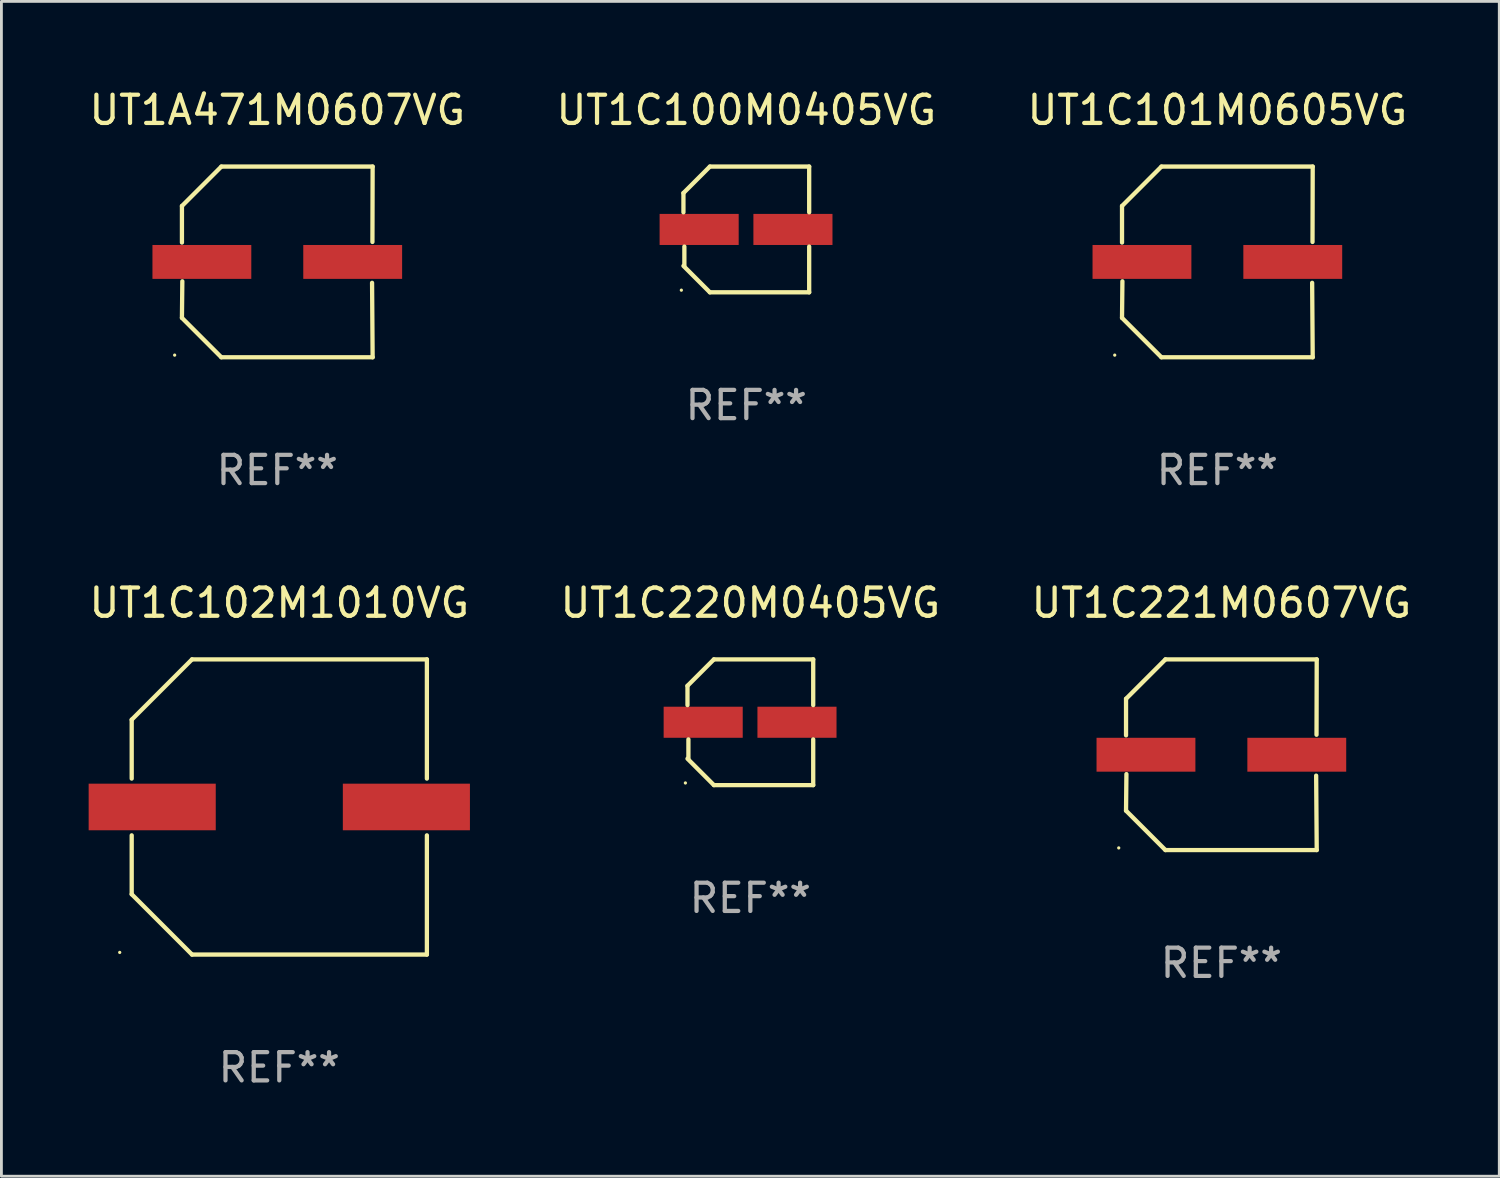
<source format=kicad_pcb>
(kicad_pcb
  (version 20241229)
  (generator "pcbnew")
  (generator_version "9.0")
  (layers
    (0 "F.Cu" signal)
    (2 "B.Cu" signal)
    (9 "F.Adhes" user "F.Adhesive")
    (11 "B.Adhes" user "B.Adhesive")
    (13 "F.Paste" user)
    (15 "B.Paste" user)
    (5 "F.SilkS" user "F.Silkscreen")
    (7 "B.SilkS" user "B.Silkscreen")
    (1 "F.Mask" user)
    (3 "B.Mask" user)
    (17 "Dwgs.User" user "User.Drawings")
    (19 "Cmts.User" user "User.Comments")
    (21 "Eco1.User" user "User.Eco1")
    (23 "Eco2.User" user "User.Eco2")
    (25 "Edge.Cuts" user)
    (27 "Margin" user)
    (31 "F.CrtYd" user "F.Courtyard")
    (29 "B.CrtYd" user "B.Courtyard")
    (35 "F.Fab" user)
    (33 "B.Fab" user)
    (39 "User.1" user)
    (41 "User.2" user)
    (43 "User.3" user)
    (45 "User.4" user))
  (footprint "UT1C100M0405VG"
    (layer "F.Cu")
    (at 23.375 5.074)
    (property "Reference" "UT1C100M0405VG" (at 0 -4.226 0) (layer "F.SilkS") (effects (font (size 1 1) (thickness 0.15))))
    (attr through_hole)
    (fp_line (start -2.226 -1.29) (end -2.226 -0.607) (stroke (width 0.152) (type solid)) (layer "F.SilkS"))
    (fp_line (start -2.193 1.29) (end -2.193 0.607) (stroke (width 0.152) (type solid)) (layer "F.SilkS"))
    (fp_line (start -1.29 2.226) (end -2.226 1.29) (stroke (width 0.152) (type solid)) (layer "F.SilkS"))
    (fp_line (start -1.29 -2.226) (end -2.226 -1.29) (stroke (width 0.152) (type solid)) (layer "F.SilkS"))
    (fp_line (start 2.226 -2.226) (end -1.29 -2.226) (stroke (width 0.152) (type solid)) (layer "F.SilkS"))
    (fp_line (start 2.226 -0.607) (end 2.226 -2.226) (stroke (width 0.152) (type solid)) (layer "F.SilkS"))
    (fp_line (start 2.226 0.607) (end 2.226 2.226) (stroke (width 0.152) (type solid)) (layer "F.SilkS"))
    (fp_line (start 2.226 2.226) (end -1.29 2.226) (stroke (width 0.152) (type solid)) (layer "F.SilkS"))
    (fp_circle (center -2.3 2.15) (end -2.27 2.15) (stroke (width 0.06) (type solid)) (fill no) (layer "F.SilkS"))
    (fp_text user "REF**" (at 0 6.226 0) (layer "F.Fab") (effects (font (size 1 1) (thickness 0.15))))
    (pad "1" smd rect (at -1.67 -0.000025) (size 2.8 1.1) (layers "F.Cu" "F.Mask" "F.Paste"))
    (pad "2" smd rect (at 1.651 -0.000025) (size 2.8 1.1) (layers "F.Cu" "F.Mask" "F.Paste")))
  (footprint "UT1C221M0607VG"
    (layer "F.Cu")
    (at 40.196 23.673)
    (property "Reference" "UT1C221M0607VG" (at 0 -5.376 0) (layer "F.SilkS") (effects (font (size 1 1) (thickness 0.15))))
    (attr through_hole)
    (fp_line (start -3.376 -1.98) (end -3.376 -0.686) (stroke (width 0.152) (type solid)) (layer "F.SilkS"))
    (fp_line (start -3.376 1.981) (end -3.362 0.686) (stroke (width 0.152) (type solid)) (layer "F.SilkS"))
    (fp_line (start -1.981 3.376) (end -3.376 1.981) (stroke (width 0.152) (type solid)) (layer "F.SilkS"))
    (fp_line (start -1.98 -3.376) (end -3.376 -1.98) (stroke (width 0.152) (type solid)) (layer "F.SilkS"))
    (fp_line (start 3.356 0.74) (end 3.376 3.376) (stroke (width 0.152) (type solid)) (layer "F.SilkS"))
    (fp_line (start 3.369 -0.707) (end 3.376 -3.376) (stroke (width 0.152) (type solid)) (layer "F.SilkS"))
    (fp_line (start 3.376 3.376) (end -1.981 3.376) (stroke (width 0.152) (type solid)) (layer "F.SilkS"))
    (fp_line (start 3.376 -3.376) (end -1.98 -3.376) (stroke (width 0.152) (type solid)) (layer "F.SilkS"))
    (fp_circle (center -3.634 3.3) (end -3.604 3.3) (stroke (width 0.06) (type solid)) (fill no) (layer "F.SilkS"))
    (fp_text user "REF**" (at 0 7.376 0) (layer "F.Fab") (effects (font (size 1 1) (thickness 0.15))))
    (pad "1" smd rect (at -2.67 0.000254) (size 3.5 1.2) (layers "F.Cu" "F.Mask" "F.Paste"))
    (pad "2" smd rect (at 2.67 0.000254) (size 3.5 1.2) (layers "F.Cu" "F.Mask" "F.Paste")))
  (footprint "UT1A471M0607VG"
    (layer "F.Cu")
    (at 6.768 6.224)
    (property "Reference" "UT1A471M0607VG" (at 0 -5.376 0) (layer "F.SilkS") (effects (font (size 1 1) (thickness 0.15))))
    (attr through_hole)
    (fp_line (start -3.376 -1.98) (end -3.376 -0.686) (stroke (width 0.152) (type solid)) (layer "F.SilkS"))
    (fp_line (start -3.376 1.981) (end -3.362 0.686) (stroke (width 0.152) (type solid)) (layer "F.SilkS"))
    (fp_line (start -1.981 3.376) (end -3.376 1.981) (stroke (width 0.152) (type solid)) (layer "F.SilkS"))
    (fp_line (start -1.98 -3.376) (end -3.376 -1.98) (stroke (width 0.152) (type solid)) (layer "F.SilkS"))
    (fp_line (start 3.356 0.74) (end 3.376 3.376) (stroke (width 0.152) (type solid)) (layer "F.SilkS"))
    (fp_line (start 3.369 -0.707) (end 3.376 -3.376) (stroke (width 0.152) (type solid)) (layer "F.SilkS"))
    (fp_line (start 3.376 3.376) (end -1.981 3.376) (stroke (width 0.152) (type solid)) (layer "F.SilkS"))
    (fp_line (start 3.376 -3.376) (end -1.98 -3.376) (stroke (width 0.152) (type solid)) (layer "F.SilkS"))
    (fp_circle (center -3.634 3.3) (end -3.604 3.3) (stroke (width 0.06) (type solid)) (fill no) (layer "F.SilkS"))
    (fp_text user "REF**" (at 0 7.376 0) (layer "F.Fab") (effects (font (size 1 1) (thickness 0.15))))
    (pad "1" smd rect (at -2.67 0.000254) (size 3.5 1.2) (layers "F.Cu" "F.Mask" "F.Paste"))
    (pad "2" smd rect (at 2.67 0.000254) (size 3.5 1.2) (layers "F.Cu" "F.Mask" "F.Paste")))
  (footprint "UT1C102M1010VG"
    (layer "F.Cu")
    (at 6.839 25.523)
    (property "Reference" "UT1C102M1010VG" (at 0 -7.226 0) (layer "F.SilkS") (effects (font (size 1 1) (thickness 0.15))))
    (attr through_hole)
    (fp_line (start -5.226 -3.09) (end -5.226 -1.005) (stroke (width 0.152) (type solid)) (layer "F.SilkS"))
    (fp_line (start -5.226 1.005) (end -5.226 3.09) (stroke (width 0.152) (type solid)) (layer "F.SilkS"))
    (fp_line (start -3.09 -5.226) (end -5.226 -3.09) (stroke (width 0.152) (type solid)) (layer "F.SilkS"))
    (fp_line (start -3.09 5.226) (end -5.226 3.09) (stroke (width 0.152) (type solid)) (layer "F.SilkS"))
    (fp_line (start 5.226 -5.226) (end -3.09 -5.226) (stroke (width 0.152) (type solid)) (layer "F.SilkS"))
    (fp_line (start 5.226 -1.005) (end 5.226 -5.226) (stroke (width 0.152) (type solid)) (layer "F.SilkS"))
    (fp_line (start 5.226 5.226) (end -3.09 5.226) (stroke (width 0.152) (type solid)) (layer "F.SilkS"))
    (fp_line (start 5.226 5.226) (end 5.226 1.005) (stroke (width 0.152) (type solid)) (layer "F.SilkS"))
    (fp_circle (center -5.65 5.15) (end -5.62 5.15) (stroke (width 0.06) (type solid)) (fill no) (layer "F.SilkS"))
    (fp_text user "REF**" (at 0 9.226 0) (layer "F.Fab") (effects (font (size 1 1) (thickness 0.15))))
    (pad "1" smd rect (at -4.5 0) (size 4.5 1.65) (layers "F.Cu" "F.Mask" "F.Paste"))
    (pad "2" smd rect (at 4.5 0) (size 4.5 1.65) (layers "F.Cu" "F.Mask" "F.Paste")))
  (footprint "UT1C220M0405VG"
    (layer "F.Cu")
    (at 23.518 22.523)
    (property "Reference" "UT1C220M0405VG" (at 0 -4.226 0) (layer "F.SilkS") (effects (font (size 1 1) (thickness 0.15))))
    (attr through_hole)
    (fp_line (start -2.226 -1.29) (end -2.226 -0.607) (stroke (width 0.152) (type solid)) (layer "F.SilkS"))
    (fp_line (start -2.193 1.29) (end -2.193 0.607) (stroke (width 0.152) (type solid)) (layer "F.SilkS"))
    (fp_line (start -1.29 2.226) (end -2.226 1.29) (stroke (width 0.152) (type solid)) (layer "F.SilkS"))
    (fp_line (start -1.29 -2.226) (end -2.226 -1.29) (stroke (width 0.152) (type solid)) (layer "F.SilkS"))
    (fp_line (start 2.226 -2.226) (end -1.29 -2.226) (stroke (width 0.152) (type solid)) (layer "F.SilkS"))
    (fp_line (start 2.226 -0.607) (end 2.226 -2.226) (stroke (width 0.152) (type solid)) (layer "F.SilkS"))
    (fp_line (start 2.226 0.607) (end 2.226 2.226) (stroke (width 0.152) (type solid)) (layer "F.SilkS"))
    (fp_line (start 2.226 2.226) (end -1.29 2.226) (stroke (width 0.152) (type solid)) (layer "F.SilkS"))
    (fp_circle (center -2.3 2.15) (end -2.27 2.15) (stroke (width 0.06) (type solid)) (fill no) (layer "F.SilkS"))
    (fp_text user "REF**" (at 0 6.226 0) (layer "F.Fab") (effects (font (size 1 1) (thickness 0.15))))
    (pad "1" smd rect (at -1.67 -0.000025) (size 2.8 1.1) (layers "F.Cu" "F.Mask" "F.Paste"))
    (pad "2" smd rect (at 1.651 -0.000025) (size 2.8 1.1) (layers "F.Cu" "F.Mask" "F.Paste")))
  (footprint "UT1C101M0605VG"
    (layer "F.Cu")
    (at 40.054 6.224)
    (property "Reference" "UT1C101M0605VG" (at 0 -5.376 0) (layer "F.SilkS") (effects (font (size 1 1) (thickness 0.15))))
    (attr through_hole)
    (fp_line (start -3.376 -1.98) (end -3.376 -0.686) (stroke (width 0.152) (type solid)) (layer "F.SilkS"))
    (fp_line (start -3.376 1.981) (end -3.362 0.686) (stroke (width 0.152) (type solid)) (layer "F.SilkS"))
    (fp_line (start -1.981 3.376) (end -3.376 1.981) (stroke (width 0.152) (type solid)) (layer "F.SilkS"))
    (fp_line (start -1.98 -3.376) (end -3.376 -1.98) (stroke (width 0.152) (type solid)) (layer "F.SilkS"))
    (fp_line (start 3.356 0.74) (end 3.376 3.376) (stroke (width 0.152) (type solid)) (layer "F.SilkS"))
    (fp_line (start 3.369 -0.707) (end 3.376 -3.376) (stroke (width 0.152) (type solid)) (layer "F.SilkS"))
    (fp_line (start 3.376 3.376) (end -1.981 3.376) (stroke (width 0.152) (type solid)) (layer "F.SilkS"))
    (fp_line (start 3.376 -3.376) (end -1.98 -3.376) (stroke (width 0.152) (type solid)) (layer "F.SilkS"))
    (fp_circle (center -3.634 3.3) (end -3.604 3.3) (stroke (width 0.06) (type solid)) (fill no) (layer "F.SilkS"))
    (fp_text user "REF**" (at 0 7.376 0) (layer "F.Fab") (effects (font (size 1 1) (thickness 0.15))))
    (pad "1" smd rect (at -2.67 0.000254) (size 3.5 1.2) (layers "F.Cu" "F.Mask" "F.Paste"))
    (pad "2" smd rect (at 2.67 0.000254) (size 3.5 1.2) (layers "F.Cu" "F.Mask" "F.Paste")))
  (gr_rect
    (start -3 -3)
    (end 50.036 38.597)
    (stroke (width 0.1) (type default))
    (fill no)
    (layer "Edge.Cuts")))
</source>
